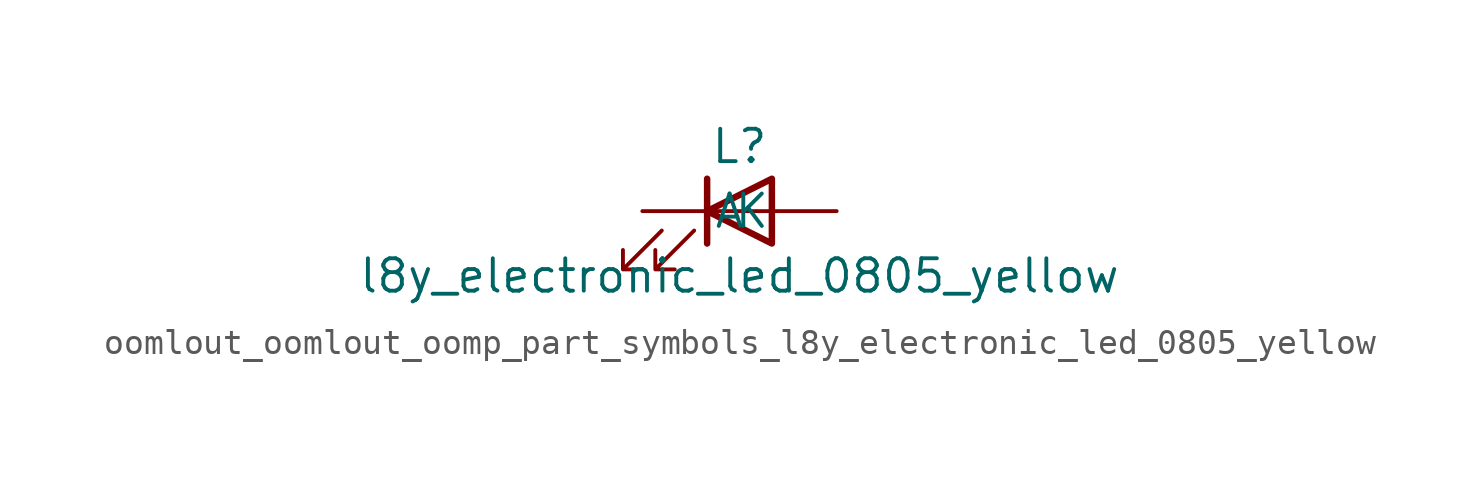
<source format=kicad_sym>
(kicad_symbol_lib
  (version 20220914)
  (generator kicad_symbol_editor)
  (symbol "oomlout_oomlout_oomp_part_symbols_l8y_electronic_led_0805_yellow"
    (pin_numbers hide)
    (pin_names
      (offset 1.016))
    (property "Reference" "L"
      (at 0 2.54 0)
      (effects (font (size 1.27 1.27))))
    (property "Value" "l8y_electronic_led_0805_yellow"
      (at 0 -2.54 0)
      (effects (font (size 1.27 1.27))))
    (symbol "oomlout_oomlout_oomp_part_symbols_l8y_electronic_led_0805_yellow_0_1"
      (polyline (pts (xy -1.27 -1.27) (xy -1.27 1.27)) (stroke (width 0.254) (type default)) (fill (type none)))
      (polyline (pts (xy -1.27 0) (xy 1.27 0)) (stroke (width 0) (type default)) (fill (type none)))
      (polyline (pts (xy 1.27 -1.27) (xy 1.27 1.27) (xy -1.27 0) (xy 1.27 -1.27)) (stroke (width 0.254) (type default)) (fill (type none)))
      (polyline (pts (xy -3.048 -0.762) (xy -4.572 -2.286) (xy -3.81 -2.286) (xy -4.572 -2.286) (xy -4.572 -1.524)) (stroke (width 0) (type default)) (fill (type none)))
      (polyline (pts (xy -1.778 -0.762) (xy -3.302 -2.286) (xy -2.54 -2.286) (xy -3.302 -2.286) (xy -3.302 -1.524)) (stroke (width 0) (type default)) (fill (type none))))
    (symbol "oomlout_oomlout_oomp_part_symbols_l8y_electronic_led_0805_yellow_1_1"
      (pin passive line (at -3.81 0 0) (length 2.54) (name "K" (effects (font (size 1.27 1.27)))) (number "1" (effects (font (size 1.27 1.27)))))
      (pin passive line (at 3.81 0 180) (length 2.54) (name "A" (effects (font (size 1.27 1.27)))) (number "2" (effects (font (size 1.27 1.27))))))))
</source>
